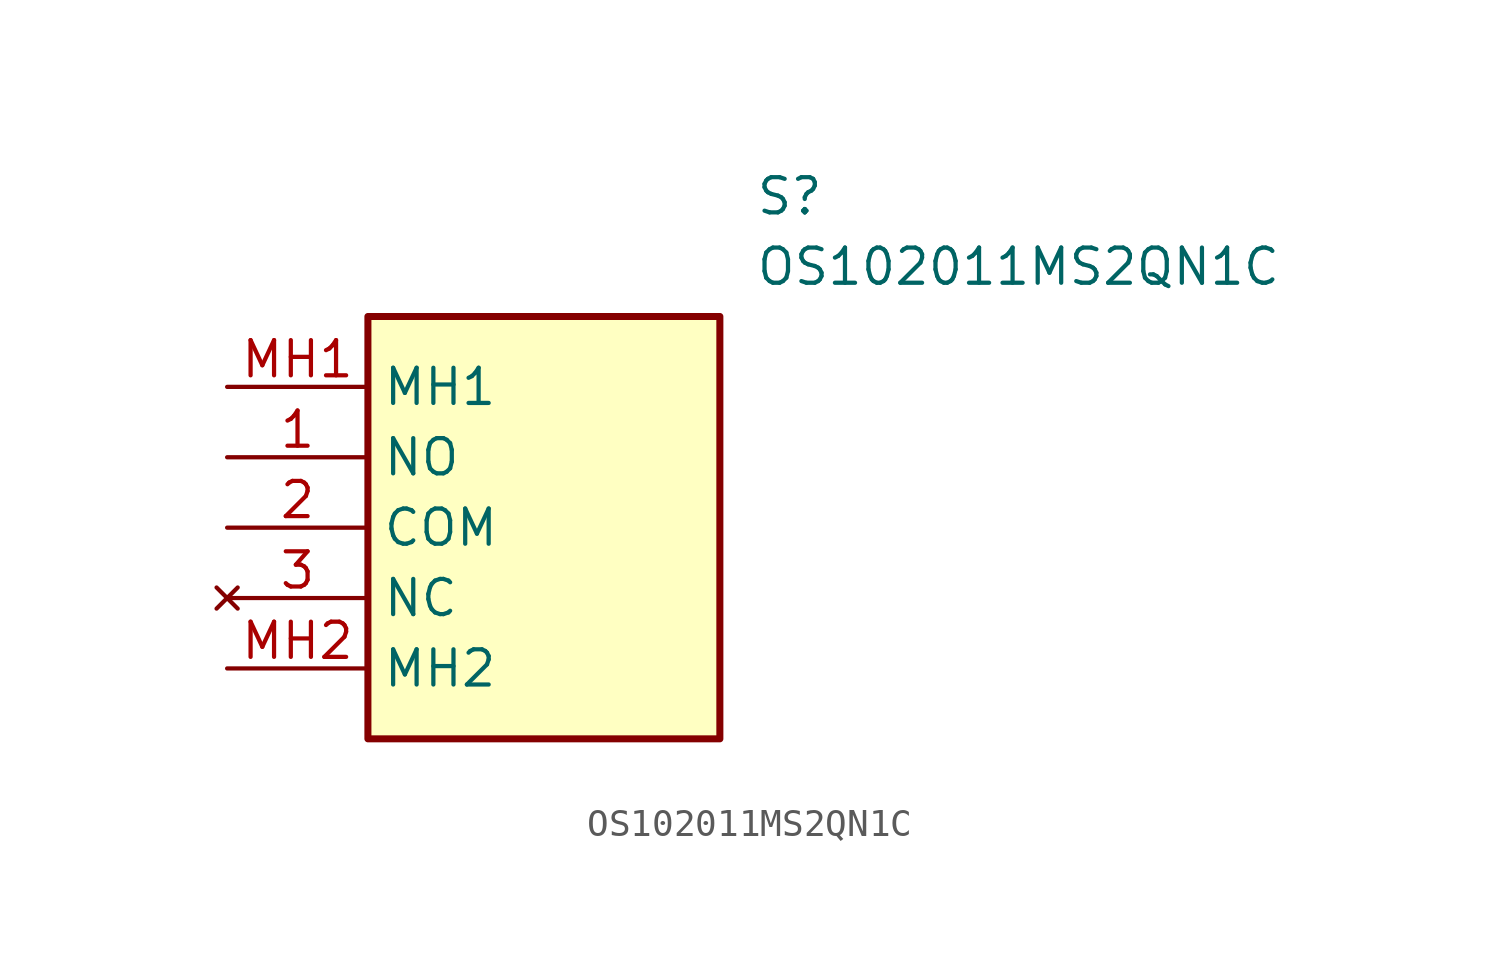
<source format=kicad_sym>
(kicad_symbol_lib
  (version 20211014)
  (generator SamacSys_ECAD_Model)
  (symbol "OS102011MS2QN1C"
    (property "Reference" "S"
      (at 19.05 7.62 0)
      (effects (font (size 1.27 1.27)) (justify left top)))
    (property "Value" "OS102011MS2QN1C"
      (at 19.05 5.08 0)
      (effects (font (size 1.27 1.27)) (justify left top)))
    (rectangle
      (start 5.08 2.54)
      (end 17.78 -12.7)
      (stroke (width 0.254) (type default))
      (fill (type background)))
    (pin passive line
      (at 0 -2.54 0)
      (length 5.08)
      (name "NO" (effects (font (size 1.27 1.27))))
      (number "1" (effects (font (size 1.27 1.27)))))
    (pin passive line
      (at 0 -5.08 0)
      (length 5.08)
      (name "COM" (effects (font (size 1.27 1.27))))
      (number "2" (effects (font (size 1.27 1.27)))))
    (pin no_connect line
      (at 0 -7.62 0)
      (length 5.08)
      (name "NC" (effects (font (size 1.27 1.27))))
      (number "3" (effects (font (size 1.27 1.27)))))
    (pin passive line
      (at 0 0 0)
      (length 5.08)
      (name "MH1" (effects (font (size 1.27 1.27))))
      (number "MH1" (effects (font (size 1.27 1.27)))))
    (pin passive line
      (at 0 -10.16 0)
      (length 5.08)
      (name "MH2" (effects (font (size 1.27 1.27))))
      (number "MH2" (effects (font (size 1.27 1.27)))))))
</source>
